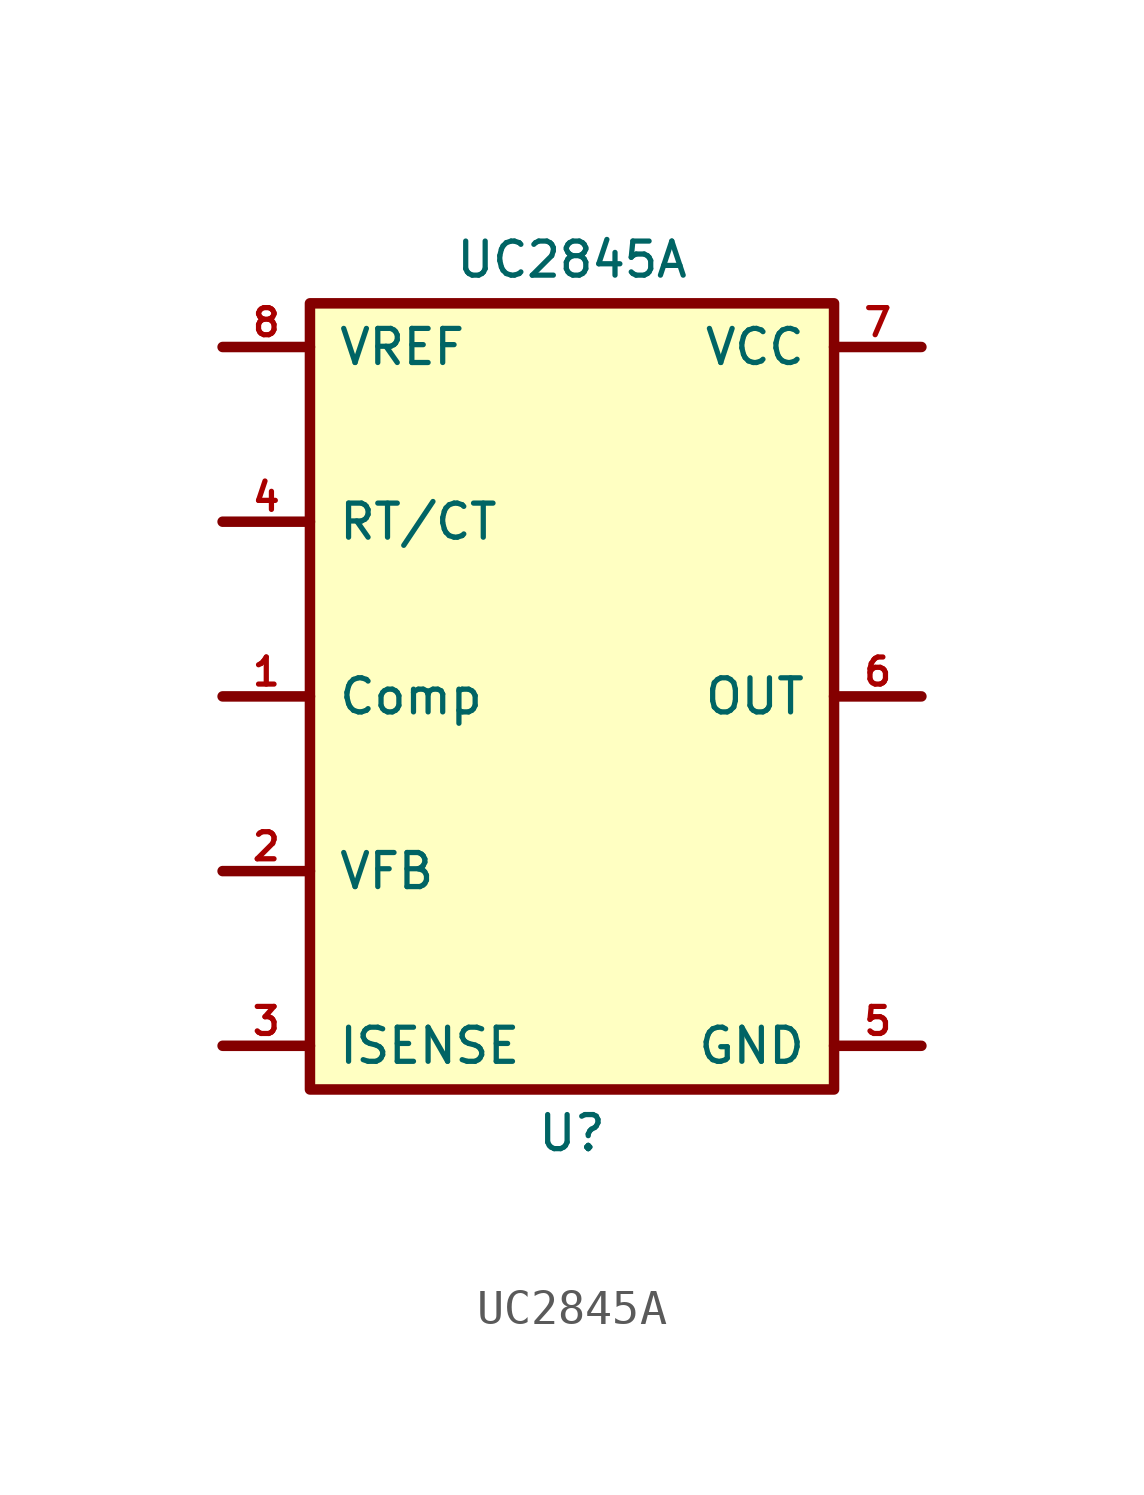
<source format=kicad_sym>
(kicad_symbol_lib
  (version 20220914)
  (generator kicad_symbol_editor)
  (symbol "UC2845A"
    (pin_names
      (offset 0.787))
    (property "Reference" "U"
      (at 0 -12.7 0)
      (effects (font (size 0.991 0.991))))
    (property "Value" "UC2845A"
      (at 0 12.7 0)
      (effects (font (size 0.991 0.991))))
    (property "Footprint" ""
      (at 0 -13.97 0)
      (effects (font (size 0.991 0.991))))
    (symbol "UC2845A_0_1"
      (rectangle (start -7.62 11.43) (end 7.62 -11.43) (stroke (width 0.305) (type default)) (fill (type background)))
      (polyline (pts (xy -10.16 -10.16) (xy -7.62 -10.16)) (stroke (width 0.305) (type default)) (fill (type none)))
      (polyline (pts (xy -10.16 -5.08) (xy -7.62 -5.08)) (stroke (width 0.305) (type default)) (fill (type none)))
      (polyline (pts (xy -10.16 0) (xy -7.62 0)) (stroke (width 0.305) (type default)) (fill (type none)))
      (polyline (pts (xy -10.16 5.08) (xy -7.62 5.08)) (stroke (width 0.305) (type default)) (fill (type none)))
      (polyline (pts (xy -10.16 10.16) (xy -7.62 10.16)) (stroke (width 0.305) (type default)) (fill (type none)))
      (polyline (pts (xy 10.16 -10.16) (xy 7.62 -10.16)) (stroke (width 0.305) (type default)) (fill (type none)))
      (polyline (pts (xy 10.16 0) (xy 7.62 0)) (stroke (width 0.305) (type default)) (fill (type none)))
      (polyline (pts (xy 10.16 10.16) (xy 7.62 10.16)) (stroke (width 0.305) (type default)) (fill (type none))))
    (symbol "UC2845A_1_1"
      (pin input line (at -10.16 0 0) (length 2.54) (name "Comp" (effects (font (size 0.991 0.991)))) (number "1" (effects (font (size 0.787 0.787)))))
      (pin input line (at -10.16 -5.08 0) (length 2.54) (name "VFB" (effects (font (size 0.991 0.991)))) (number "2" (effects (font (size 0.787 0.787)))))
      (pin input line (at -10.16 -10.16 0) (length 2.54) (name "ISENSE" (effects (font (size 0.991 0.991)))) (number "3" (effects (font (size 0.787 0.787)))))
      (pin output line (at -10.16 5.08 0) (length 2.54) (name "RT/CT" (effects (font (size 0.991 0.991)))) (number "4" (effects (font (size 0.787 0.787)))))
      (pin power_in line (at 10.16 -10.16 180) (length 2.54) (name "GND" (effects (font (size 0.991 0.991)))) (number "5" (effects (font (size 0.787 0.787)))))
      (pin output line (at 10.16 0 180) (length 2.54) (name "OUT" (effects (font (size 0.991 0.991)))) (number "6" (effects (font (size 0.787 0.787)))))
      (pin power_in line (at 10.16 10.16 180) (length 2.54) (name "VCC" (effects (font (size 0.991 0.991)))) (number "7" (effects (font (size 0.787 0.787)))))
      (pin output line (at -10.16 10.16 0) (length 2.54) (name "VREF" (effects (font (size 0.991 0.991)))) (number "8" (effects (font (size 0.787 0.787))))))))
</source>
